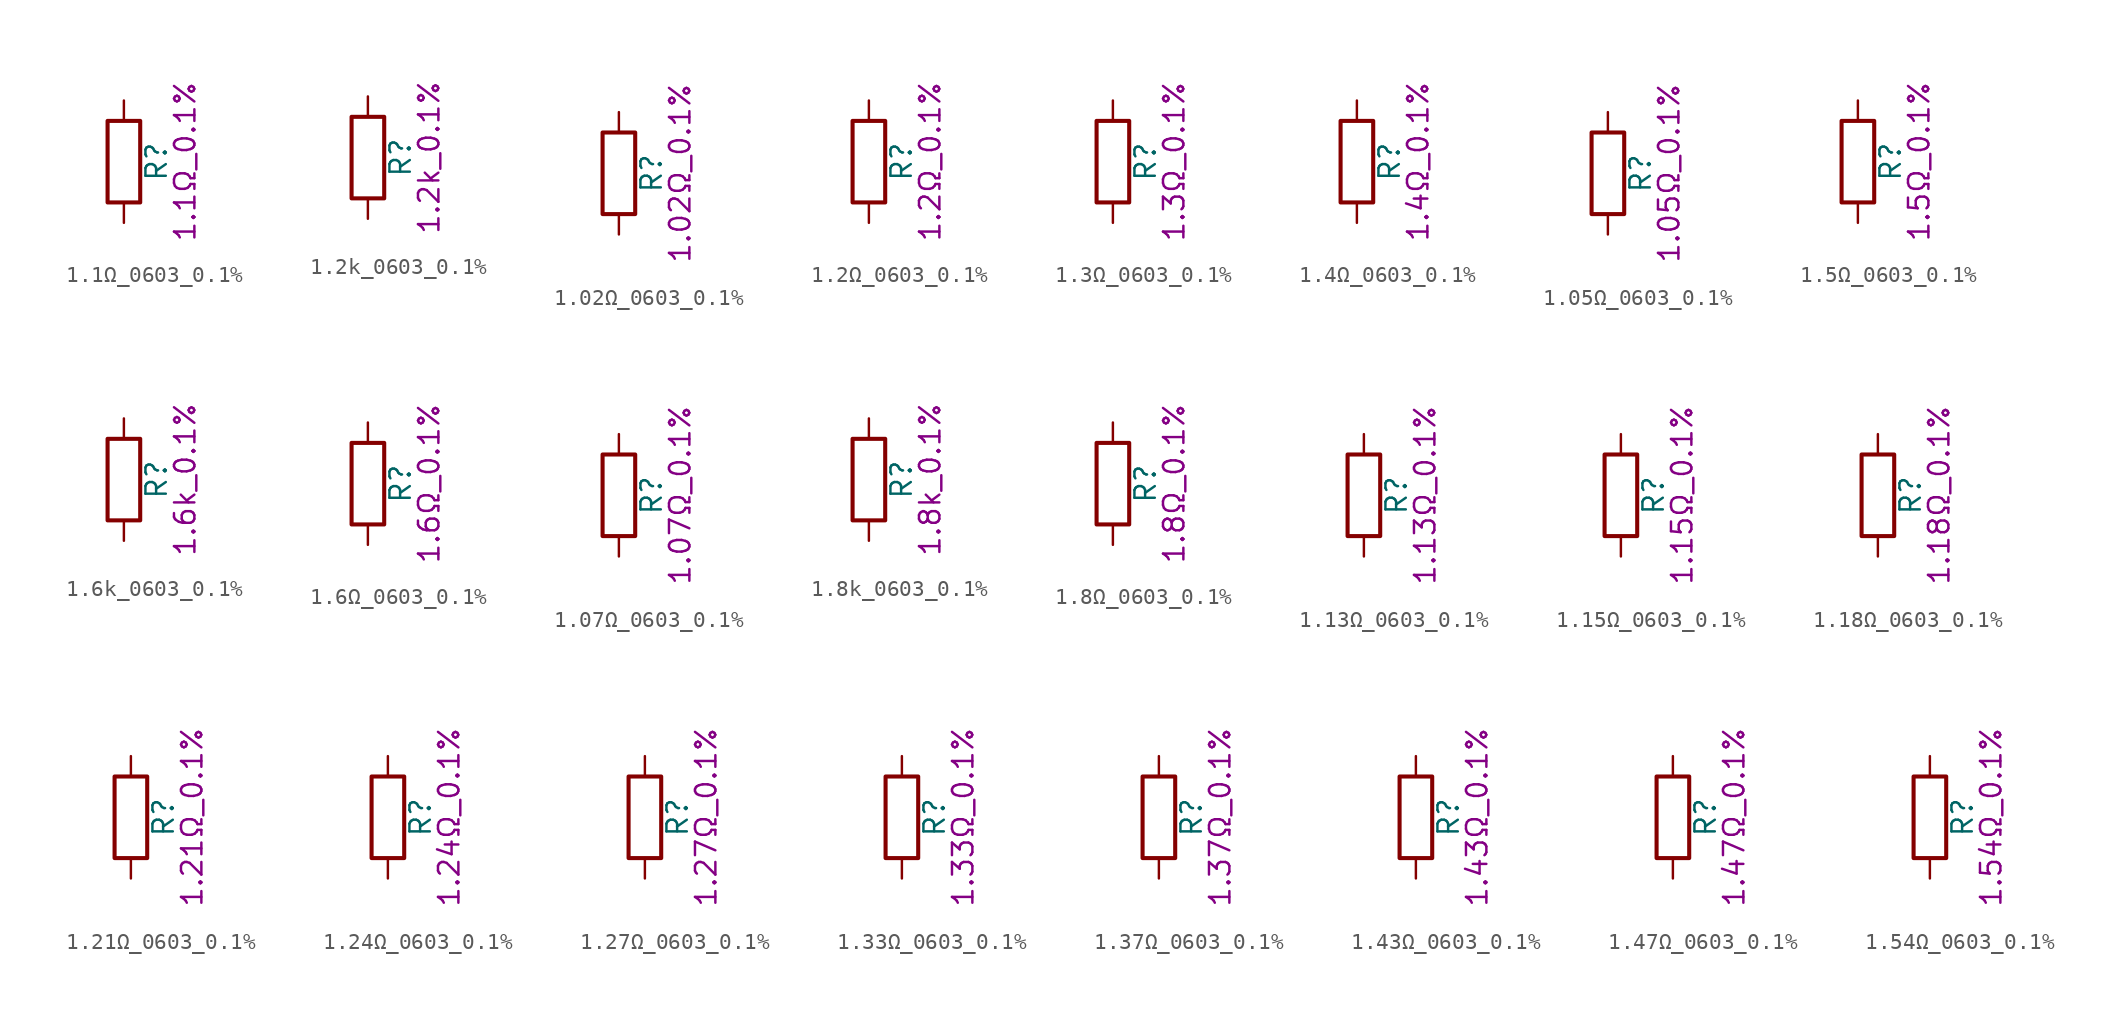
<source format=kicad_sym>
(kicad_symbol_lib
  (version 20211014)
  (generator kicad_symbol_editor)
  (symbol "1.1Ω_0603_0.1%"
    (pin_numbers hide)
    (pin_names
      (offset 0))
    (property "Reference" "R"
      (at 2.032 0 90)
      (effects (font (size 1.27 1.27))))
    (property "Display" "1.1Ω_0.1%"
      (at 3.81 0 90)
      (effects (font (size 1.27 1.27))))
    (symbol "1.1Ω_0603_0.1%_0_1"
      (rectangle (start -1.016 -2.54) (end 1.016 2.54) (stroke (width 0.254) (type default) (color 0 0 0 0)) (fill (type none))))
    (symbol "1.1Ω_0603_0.1%_1_1"
      (pin passive line (at 0 3.81 270) (length 1.27) (name "~" (effects (font (size 1.27 1.27)))) (number "1" (effects (font (size 1.27 1.27)))))
      (pin passive line (at 0 -3.81 90) (length 1.27) (name "~" (effects (font (size 1.27 1.27)))) (number "2" (effects (font (size 1.27 1.27)))))))
  (symbol "1.2k_0603_0.1%"
    (pin_numbers hide)
    (pin_names
      (offset 0))
    (property "Reference" "R"
      (at 2.032 0 90)
      (effects (font (size 1.27 1.27))))
    (property "Display" "1.2k_0.1%"
      (at 3.81 0 90)
      (effects (font (size 1.27 1.27))))
    (symbol "1.2k_0603_0.1%_0_1"
      (rectangle (start -1.016 -2.54) (end 1.016 2.54) (stroke (width 0.254) (type default) (color 0 0 0 0)) (fill (type none))))
    (symbol "1.2k_0603_0.1%_1_1"
      (pin passive line (at 0 3.81 270) (length 1.27) (name "~" (effects (font (size 1.27 1.27)))) (number "1" (effects (font (size 1.27 1.27)))))
      (pin passive line (at 0 -3.81 90) (length 1.27) (name "~" (effects (font (size 1.27 1.27)))) (number "2" (effects (font (size 1.27 1.27)))))))
  (symbol "1.02Ω_0603_0.1%"
    (pin_numbers hide)
    (pin_names
      (offset 0))
    (property "Reference" "R"
      (at 2.032 0 90)
      (effects (font (size 1.27 1.27))))
    (property "Display" "1.02Ω_0.1%"
      (at 3.81 0 90)
      (effects (font (size 1.27 1.27))))
    (symbol "1.02Ω_0603_0.1%_0_1"
      (rectangle (start -1.016 -2.54) (end 1.016 2.54) (stroke (width 0.254) (type default) (color 0 0 0 0)) (fill (type none))))
    (symbol "1.02Ω_0603_0.1%_1_1"
      (pin passive line (at 0 3.81 270) (length 1.27) (name "~" (effects (font (size 1.27 1.27)))) (number "1" (effects (font (size 1.27 1.27)))))
      (pin passive line (at 0 -3.81 90) (length 1.27) (name "~" (effects (font (size 1.27 1.27)))) (number "2" (effects (font (size 1.27 1.27)))))))
  (symbol "1.2Ω_0603_0.1%"
    (pin_numbers hide)
    (pin_names
      (offset 0))
    (property "Reference" "R"
      (at 2.032 0 90)
      (effects (font (size 1.27 1.27))))
    (property "Display" "1.2Ω_0.1%"
      (at 3.81 0 90)
      (effects (font (size 1.27 1.27))))
    (symbol "1.2Ω_0603_0.1%_0_1"
      (rectangle (start -1.016 -2.54) (end 1.016 2.54) (stroke (width 0.254) (type default) (color 0 0 0 0)) (fill (type none))))
    (symbol "1.2Ω_0603_0.1%_1_1"
      (pin passive line (at 0 3.81 270) (length 1.27) (name "~" (effects (font (size 1.27 1.27)))) (number "1" (effects (font (size 1.27 1.27)))))
      (pin passive line (at 0 -3.81 90) (length 1.27) (name "~" (effects (font (size 1.27 1.27)))) (number "2" (effects (font (size 1.27 1.27)))))))
  (symbol "1.3Ω_0603_0.1%"
    (pin_numbers hide)
    (pin_names
      (offset 0))
    (property "Reference" "R"
      (at 2.032 0 90)
      (effects (font (size 1.27 1.27))))
    (property "Display" "1.3Ω_0.1%"
      (at 3.81 0 90)
      (effects (font (size 1.27 1.27))))
    (symbol "1.3Ω_0603_0.1%_0_1"
      (rectangle (start -1.016 -2.54) (end 1.016 2.54) (stroke (width 0.254) (type default) (color 0 0 0 0)) (fill (type none))))
    (symbol "1.3Ω_0603_0.1%_1_1"
      (pin passive line (at 0 3.81 270) (length 1.27) (name "~" (effects (font (size 1.27 1.27)))) (number "1" (effects (font (size 1.27 1.27)))))
      (pin passive line (at 0 -3.81 90) (length 1.27) (name "~" (effects (font (size 1.27 1.27)))) (number "2" (effects (font (size 1.27 1.27)))))))
  (symbol "1.4Ω_0603_0.1%"
    (pin_numbers hide)
    (pin_names
      (offset 0))
    (property "Reference" "R"
      (at 2.032 0 90)
      (effects (font (size 1.27 1.27))))
    (property "Display" "1.4Ω_0.1%"
      (at 3.81 0 90)
      (effects (font (size 1.27 1.27))))
    (symbol "1.4Ω_0603_0.1%_0_1"
      (rectangle (start -1.016 -2.54) (end 1.016 2.54) (stroke (width 0.254) (type default) (color 0 0 0 0)) (fill (type none))))
    (symbol "1.4Ω_0603_0.1%_1_1"
      (pin passive line (at 0 3.81 270) (length 1.27) (name "~" (effects (font (size 1.27 1.27)))) (number "1" (effects (font (size 1.27 1.27)))))
      (pin passive line (at 0 -3.81 90) (length 1.27) (name "~" (effects (font (size 1.27 1.27)))) (number "2" (effects (font (size 1.27 1.27)))))))
  (symbol "1.05Ω_0603_0.1%"
    (pin_numbers hide)
    (pin_names
      (offset 0))
    (property "Reference" "R"
      (at 2.032 0 90)
      (effects (font (size 1.27 1.27))))
    (property "Display" "1.05Ω_0.1%"
      (at 3.81 0 90)
      (effects (font (size 1.27 1.27))))
    (symbol "1.05Ω_0603_0.1%_0_1"
      (rectangle (start -1.016 -2.54) (end 1.016 2.54) (stroke (width 0.254) (type default) (color 0 0 0 0)) (fill (type none))))
    (symbol "1.05Ω_0603_0.1%_1_1"
      (pin passive line (at 0 3.81 270) (length 1.27) (name "~" (effects (font (size 1.27 1.27)))) (number "1" (effects (font (size 1.27 1.27)))))
      (pin passive line (at 0 -3.81 90) (length 1.27) (name "~" (effects (font (size 1.27 1.27)))) (number "2" (effects (font (size 1.27 1.27)))))))
  (symbol "1.5Ω_0603_0.1%"
    (pin_numbers hide)
    (pin_names
      (offset 0))
    (property "Reference" "R"
      (at 2.032 0 90)
      (effects (font (size 1.27 1.27))))
    (property "Display" "1.5Ω_0.1%"
      (at 3.81 0 90)
      (effects (font (size 1.27 1.27))))
    (symbol "1.5Ω_0603_0.1%_0_1"
      (rectangle (start -1.016 -2.54) (end 1.016 2.54) (stroke (width 0.254) (type default) (color 0 0 0 0)) (fill (type none))))
    (symbol "1.5Ω_0603_0.1%_1_1"
      (pin passive line (at 0 3.81 270) (length 1.27) (name "~" (effects (font (size 1.27 1.27)))) (number "1" (effects (font (size 1.27 1.27)))))
      (pin passive line (at 0 -3.81 90) (length 1.27) (name "~" (effects (font (size 1.27 1.27)))) (number "2" (effects (font (size 1.27 1.27)))))))
  (symbol "1.6k_0603_0.1%"
    (pin_numbers hide)
    (pin_names
      (offset 0))
    (property "Reference" "R"
      (at 2.032 0 90)
      (effects (font (size 1.27 1.27))))
    (property "Display" "1.6k_0.1%"
      (at 3.81 0 90)
      (effects (font (size 1.27 1.27))))
    (symbol "1.6k_0603_0.1%_0_1"
      (rectangle (start -1.016 -2.54) (end 1.016 2.54) (stroke (width 0.254) (type default) (color 0 0 0 0)) (fill (type none))))
    (symbol "1.6k_0603_0.1%_1_1"
      (pin passive line (at 0 3.81 270) (length 1.27) (name "~" (effects (font (size 1.27 1.27)))) (number "1" (effects (font (size 1.27 1.27)))))
      (pin passive line (at 0 -3.81 90) (length 1.27) (name "~" (effects (font (size 1.27 1.27)))) (number "2" (effects (font (size 1.27 1.27)))))))
  (symbol "1.6Ω_0603_0.1%"
    (pin_numbers hide)
    (pin_names
      (offset 0))
    (property "Reference" "R"
      (at 2.032 0 90)
      (effects (font (size 1.27 1.27))))
    (property "Display" "1.6Ω_0.1%"
      (at 3.81 0 90)
      (effects (font (size 1.27 1.27))))
    (symbol "1.6Ω_0603_0.1%_0_1"
      (rectangle (start -1.016 -2.54) (end 1.016 2.54) (stroke (width 0.254) (type default) (color 0 0 0 0)) (fill (type none))))
    (symbol "1.6Ω_0603_0.1%_1_1"
      (pin passive line (at 0 3.81 270) (length 1.27) (name "~" (effects (font (size 1.27 1.27)))) (number "1" (effects (font (size 1.27 1.27)))))
      (pin passive line (at 0 -3.81 90) (length 1.27) (name "~" (effects (font (size 1.27 1.27)))) (number "2" (effects (font (size 1.27 1.27)))))))
  (symbol "1.07Ω_0603_0.1%"
    (pin_numbers hide)
    (pin_names
      (offset 0))
    (property "Reference" "R"
      (at 2.032 0 90)
      (effects (font (size 1.27 1.27))))
    (property "Display" "1.07Ω_0.1%"
      (at 3.81 0 90)
      (effects (font (size 1.27 1.27))))
    (symbol "1.07Ω_0603_0.1%_0_1"
      (rectangle (start -1.016 -2.54) (end 1.016 2.54) (stroke (width 0.254) (type default) (color 0 0 0 0)) (fill (type none))))
    (symbol "1.07Ω_0603_0.1%_1_1"
      (pin passive line (at 0 3.81 270) (length 1.27) (name "~" (effects (font (size 1.27 1.27)))) (number "1" (effects (font (size 1.27 1.27)))))
      (pin passive line (at 0 -3.81 90) (length 1.27) (name "~" (effects (font (size 1.27 1.27)))) (number "2" (effects (font (size 1.27 1.27)))))))
  (symbol "1.8k_0603_0.1%"
    (pin_numbers hide)
    (pin_names
      (offset 0))
    (property "Reference" "R"
      (at 2.032 0 90)
      (effects (font (size 1.27 1.27))))
    (property "Display" "1.8k_0.1%"
      (at 3.81 0 90)
      (effects (font (size 1.27 1.27))))
    (symbol "1.8k_0603_0.1%_0_1"
      (rectangle (start -1.016 -2.54) (end 1.016 2.54) (stroke (width 0.254) (type default) (color 0 0 0 0)) (fill (type none))))
    (symbol "1.8k_0603_0.1%_1_1"
      (pin passive line (at 0 3.81 270) (length 1.27) (name "~" (effects (font (size 1.27 1.27)))) (number "1" (effects (font (size 1.27 1.27)))))
      (pin passive line (at 0 -3.81 90) (length 1.27) (name "~" (effects (font (size 1.27 1.27)))) (number "2" (effects (font (size 1.27 1.27)))))))
  (symbol "1.8Ω_0603_0.1%"
    (pin_numbers hide)
    (pin_names
      (offset 0))
    (property "Reference" "R"
      (at 2.032 0 90)
      (effects (font (size 1.27 1.27))))
    (property "Display" "1.8Ω_0.1%"
      (at 3.81 0 90)
      (effects (font (size 1.27 1.27))))
    (symbol "1.8Ω_0603_0.1%_0_1"
      (rectangle (start -1.016 -2.54) (end 1.016 2.54) (stroke (width 0.254) (type default) (color 0 0 0 0)) (fill (type none))))
    (symbol "1.8Ω_0603_0.1%_1_1"
      (pin passive line (at 0 3.81 270) (length 1.27) (name "~" (effects (font (size 1.27 1.27)))) (number "1" (effects (font (size 1.27 1.27)))))
      (pin passive line (at 0 -3.81 90) (length 1.27) (name "~" (effects (font (size 1.27 1.27)))) (number "2" (effects (font (size 1.27 1.27)))))))
  (symbol "1.13Ω_0603_0.1%"
    (pin_numbers hide)
    (pin_names
      (offset 0))
    (property "Reference" "R"
      (at 2.032 0 90)
      (effects (font (size 1.27 1.27))))
    (property "Display" "1.13Ω_0.1%"
      (at 3.81 0 90)
      (effects (font (size 1.27 1.27))))
    (symbol "1.13Ω_0603_0.1%_0_1"
      (rectangle (start -1.016 -2.54) (end 1.016 2.54) (stroke (width 0.254) (type default) (color 0 0 0 0)) (fill (type none))))
    (symbol "1.13Ω_0603_0.1%_1_1"
      (pin passive line (at 0 3.81 270) (length 1.27) (name "~" (effects (font (size 1.27 1.27)))) (number "1" (effects (font (size 1.27 1.27)))))
      (pin passive line (at 0 -3.81 90) (length 1.27) (name "~" (effects (font (size 1.27 1.27)))) (number "2" (effects (font (size 1.27 1.27)))))))
  (symbol "1.15Ω_0603_0.1%"
    (pin_numbers hide)
    (pin_names
      (offset 0))
    (property "Reference" "R"
      (at 2.032 0 90)
      (effects (font (size 1.27 1.27))))
    (property "Display" "1.15Ω_0.1%"
      (at 3.81 0 90)
      (effects (font (size 1.27 1.27))))
    (symbol "1.15Ω_0603_0.1%_0_1"
      (rectangle (start -1.016 -2.54) (end 1.016 2.54) (stroke (width 0.254) (type default) (color 0 0 0 0)) (fill (type none))))
    (symbol "1.15Ω_0603_0.1%_1_1"
      (pin passive line (at 0 3.81 270) (length 1.27) (name "~" (effects (font (size 1.27 1.27)))) (number "1" (effects (font (size 1.27 1.27)))))
      (pin passive line (at 0 -3.81 90) (length 1.27) (name "~" (effects (font (size 1.27 1.27)))) (number "2" (effects (font (size 1.27 1.27)))))))
  (symbol "1.18Ω_0603_0.1%"
    (pin_numbers hide)
    (pin_names
      (offset 0))
    (property "Reference" "R"
      (at 2.032 0 90)
      (effects (font (size 1.27 1.27))))
    (property "Display" "1.18Ω_0.1%"
      (at 3.81 0 90)
      (effects (font (size 1.27 1.27))))
    (symbol "1.18Ω_0603_0.1%_0_1"
      (rectangle (start -1.016 -2.54) (end 1.016 2.54) (stroke (width 0.254) (type default) (color 0 0 0 0)) (fill (type none))))
    (symbol "1.18Ω_0603_0.1%_1_1"
      (pin passive line (at 0 3.81 270) (length 1.27) (name "~" (effects (font (size 1.27 1.27)))) (number "1" (effects (font (size 1.27 1.27)))))
      (pin passive line (at 0 -3.81 90) (length 1.27) (name "~" (effects (font (size 1.27 1.27)))) (number "2" (effects (font (size 1.27 1.27)))))))
  (symbol "1.21Ω_0603_0.1%"
    (pin_numbers hide)
    (pin_names
      (offset 0))
    (property "Reference" "R"
      (at 2.032 0 90)
      (effects (font (size 1.27 1.27))))
    (property "Display" "1.21Ω_0.1%"
      (at 3.81 0 90)
      (effects (font (size 1.27 1.27))))
    (symbol "1.21Ω_0603_0.1%_0_1"
      (rectangle (start -1.016 -2.54) (end 1.016 2.54) (stroke (width 0.254) (type default) (color 0 0 0 0)) (fill (type none))))
    (symbol "1.21Ω_0603_0.1%_1_1"
      (pin passive line (at 0 3.81 270) (length 1.27) (name "~" (effects (font (size 1.27 1.27)))) (number "1" (effects (font (size 1.27 1.27)))))
      (pin passive line (at 0 -3.81 90) (length 1.27) (name "~" (effects (font (size 1.27 1.27)))) (number "2" (effects (font (size 1.27 1.27)))))))
  (symbol "1.24Ω_0603_0.1%"
    (pin_numbers hide)
    (pin_names
      (offset 0))
    (property "Reference" "R"
      (at 2.032 0 90)
      (effects (font (size 1.27 1.27))))
    (property "Display" "1.24Ω_0.1%"
      (at 3.81 0 90)
      (effects (font (size 1.27 1.27))))
    (symbol "1.24Ω_0603_0.1%_0_1"
      (rectangle (start -1.016 -2.54) (end 1.016 2.54) (stroke (width 0.254) (type default) (color 0 0 0 0)) (fill (type none))))
    (symbol "1.24Ω_0603_0.1%_1_1"
      (pin passive line (at 0 3.81 270) (length 1.27) (name "~" (effects (font (size 1.27 1.27)))) (number "1" (effects (font (size 1.27 1.27)))))
      (pin passive line (at 0 -3.81 90) (length 1.27) (name "~" (effects (font (size 1.27 1.27)))) (number "2" (effects (font (size 1.27 1.27)))))))
  (symbol "1.27Ω_0603_0.1%"
    (pin_numbers hide)
    (pin_names
      (offset 0))
    (property "Reference" "R"
      (at 2.032 0 90)
      (effects (font (size 1.27 1.27))))
    (property "Display" "1.27Ω_0.1%"
      (at 3.81 0 90)
      (effects (font (size 1.27 1.27))))
    (symbol "1.27Ω_0603_0.1%_0_1"
      (rectangle (start -1.016 -2.54) (end 1.016 2.54) (stroke (width 0.254) (type default) (color 0 0 0 0)) (fill (type none))))
    (symbol "1.27Ω_0603_0.1%_1_1"
      (pin passive line (at 0 3.81 270) (length 1.27) (name "~" (effects (font (size 1.27 1.27)))) (number "1" (effects (font (size 1.27 1.27)))))
      (pin passive line (at 0 -3.81 90) (length 1.27) (name "~" (effects (font (size 1.27 1.27)))) (number "2" (effects (font (size 1.27 1.27)))))))
  (symbol "1.33Ω_0603_0.1%"
    (pin_numbers hide)
    (pin_names
      (offset 0))
    (property "Reference" "R"
      (at 2.032 0 90)
      (effects (font (size 1.27 1.27))))
    (property "Display" "1.33Ω_0.1%"
      (at 3.81 0 90)
      (effects (font (size 1.27 1.27))))
    (symbol "1.33Ω_0603_0.1%_0_1"
      (rectangle (start -1.016 -2.54) (end 1.016 2.54) (stroke (width 0.254) (type default) (color 0 0 0 0)) (fill (type none))))
    (symbol "1.33Ω_0603_0.1%_1_1"
      (pin passive line (at 0 3.81 270) (length 1.27) (name "~" (effects (font (size 1.27 1.27)))) (number "1" (effects (font (size 1.27 1.27)))))
      (pin passive line (at 0 -3.81 90) (length 1.27) (name "~" (effects (font (size 1.27 1.27)))) (number "2" (effects (font (size 1.27 1.27)))))))
  (symbol "1.37Ω_0603_0.1%"
    (pin_numbers hide)
    (pin_names
      (offset 0))
    (property "Reference" "R"
      (at 2.032 0 90)
      (effects (font (size 1.27 1.27))))
    (property "Display" "1.37Ω_0.1%"
      (at 3.81 0 90)
      (effects (font (size 1.27 1.27))))
    (symbol "1.37Ω_0603_0.1%_0_1"
      (rectangle (start -1.016 -2.54) (end 1.016 2.54) (stroke (width 0.254) (type default) (color 0 0 0 0)) (fill (type none))))
    (symbol "1.37Ω_0603_0.1%_1_1"
      (pin passive line (at 0 3.81 270) (length 1.27) (name "~" (effects (font (size 1.27 1.27)))) (number "1" (effects (font (size 1.27 1.27)))))
      (pin passive line (at 0 -3.81 90) (length 1.27) (name "~" (effects (font (size 1.27 1.27)))) (number "2" (effects (font (size 1.27 1.27)))))))
  (symbol "1.43Ω_0603_0.1%"
    (pin_numbers hide)
    (pin_names
      (offset 0))
    (property "Reference" "R"
      (at 2.032 0 90)
      (effects (font (size 1.27 1.27))))
    (property "Display" "1.43Ω_0.1%"
      (at 3.81 0 90)
      (effects (font (size 1.27 1.27))))
    (symbol "1.43Ω_0603_0.1%_0_1"
      (rectangle (start -1.016 -2.54) (end 1.016 2.54) (stroke (width 0.254) (type default) (color 0 0 0 0)) (fill (type none))))
    (symbol "1.43Ω_0603_0.1%_1_1"
      (pin passive line (at 0 3.81 270) (length 1.27) (name "~" (effects (font (size 1.27 1.27)))) (number "1" (effects (font (size 1.27 1.27)))))
      (pin passive line (at 0 -3.81 90) (length 1.27) (name "~" (effects (font (size 1.27 1.27)))) (number "2" (effects (font (size 1.27 1.27)))))))
  (symbol "1.47Ω_0603_0.1%"
    (pin_numbers hide)
    (pin_names
      (offset 0))
    (property "Reference" "R"
      (at 2.032 0 90)
      (effects (font (size 1.27 1.27))))
    (property "Display" "1.47Ω_0.1%"
      (at 3.81 0 90)
      (effects (font (size 1.27 1.27))))
    (symbol "1.47Ω_0603_0.1%_0_1"
      (rectangle (start -1.016 -2.54) (end 1.016 2.54) (stroke (width 0.254) (type default) (color 0 0 0 0)) (fill (type none))))
    (symbol "1.47Ω_0603_0.1%_1_1"
      (pin passive line (at 0 3.81 270) (length 1.27) (name "~" (effects (font (size 1.27 1.27)))) (number "1" (effects (font (size 1.27 1.27)))))
      (pin passive line (at 0 -3.81 90) (length 1.27) (name "~" (effects (font (size 1.27 1.27)))) (number "2" (effects (font (size 1.27 1.27)))))))
  (symbol "1.54Ω_0603_0.1%"
    (pin_numbers hide)
    (pin_names
      (offset 0))
    (property "Reference" "R"
      (at 2.032 0 90)
      (effects (font (size 1.27 1.27))))
    (property "Display" "1.54Ω_0.1%"
      (at 3.81 0 90)
      (effects (font (size 1.27 1.27))))
    (symbol "1.54Ω_0603_0.1%_0_1"
      (rectangle (start -1.016 -2.54) (end 1.016 2.54) (stroke (width 0.254) (type default) (color 0 0 0 0)) (fill (type none))))
    (symbol "1.54Ω_0603_0.1%_1_1"
      (pin passive line (at 0 3.81 270) (length 1.27) (name "~" (effects (font (size 1.27 1.27)))) (number "1" (effects (font (size 1.27 1.27)))))
      (pin passive line (at 0 -3.81 90) (length 1.27) (name "~" (effects (font (size 1.27 1.27)))) (number "2" (effects (font (size 1.27 1.27))))))))
</source>
